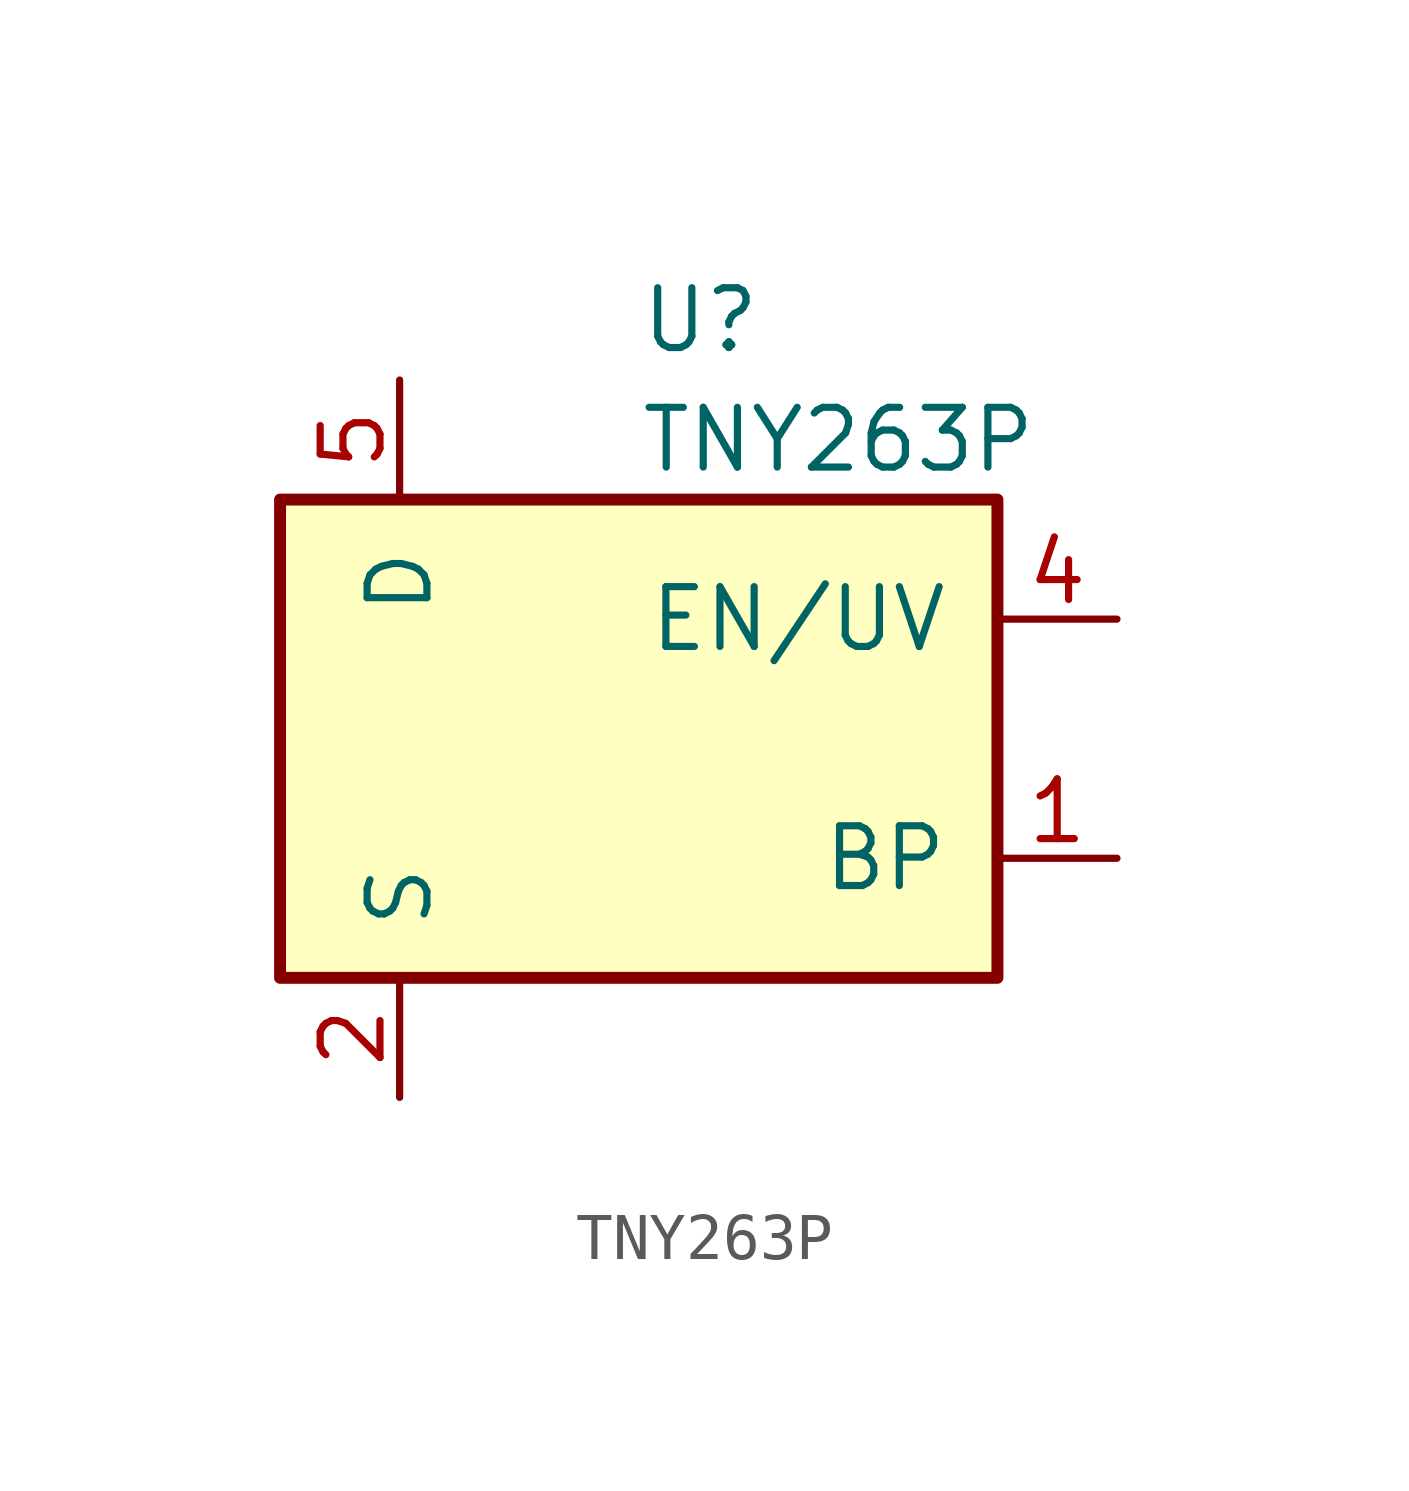
<source format=kicad_sym>
(kicad_symbol_lib
  (version 20231120)
  (generator "kicad_symbol_editor")
  (generator_version "8.0")
  (symbol "TNY263P"
    (pin_names
      (offset 1.016))
    (property "Reference" "U"
      (at 0 8.89 0)
      (effects (font (size 1.27 1.27)) (justify left)))
    (property "Value" "TNY263P"
      (at 0 6.35 0)
      (effects (font (size 1.27 1.27)) (justify left)))
    (symbol "TNY263P_0_1"
      (rectangle (start -7.62 5.08) (end 7.62 -5.08) (stroke (width 0.254) (type default)) (fill (type background))))
    (symbol "TNY263P_1_1"
      (pin input line (at 10.16 -2.54 180) (length 2.54) (name "BP" (effects (font (size 1.27 1.27)))) (number "1" (effects (font (size 1.27 1.27)))))
      (pin power_in line (at -5.08 -7.62 90) (length 2.54) (name "S" (effects (font (size 1.27 1.27)))) (number "2" (effects (font (size 1.27 1.27)))))
      (pin passive line (at 6.35 -7.62 90) (length 2.54) hide (name "S" (effects (font (size 1.27 1.27)))) (number "3" (effects (font (size 1.27 1.27)))))
      (pin input line (at 10.16 2.54 180) (length 2.54) (name "EN/UV" (effects (font (size 1.27 1.27)))) (number "4" (effects (font (size 1.27 1.27)))))
      (pin open_collector line (at -5.08 7.62 270) (length 2.54) (name "D" (effects (font (size 1.27 1.27)))) (number "5" (effects (font (size 1.27 1.27)))))
      (pin passive line (at 3.81 -7.62 90) (length 2.54) hide (name "S" (effects (font (size 1.27 1.27)))) (number "7" (effects (font (size 1.27 1.27)))))
      (pin passive line (at 0 -7.62 90) (length 2.54) hide (name "S" (effects (font (size 1.27 1.27)))) (number "8" (effects (font (size 1.27 1.27))))))))
</source>
